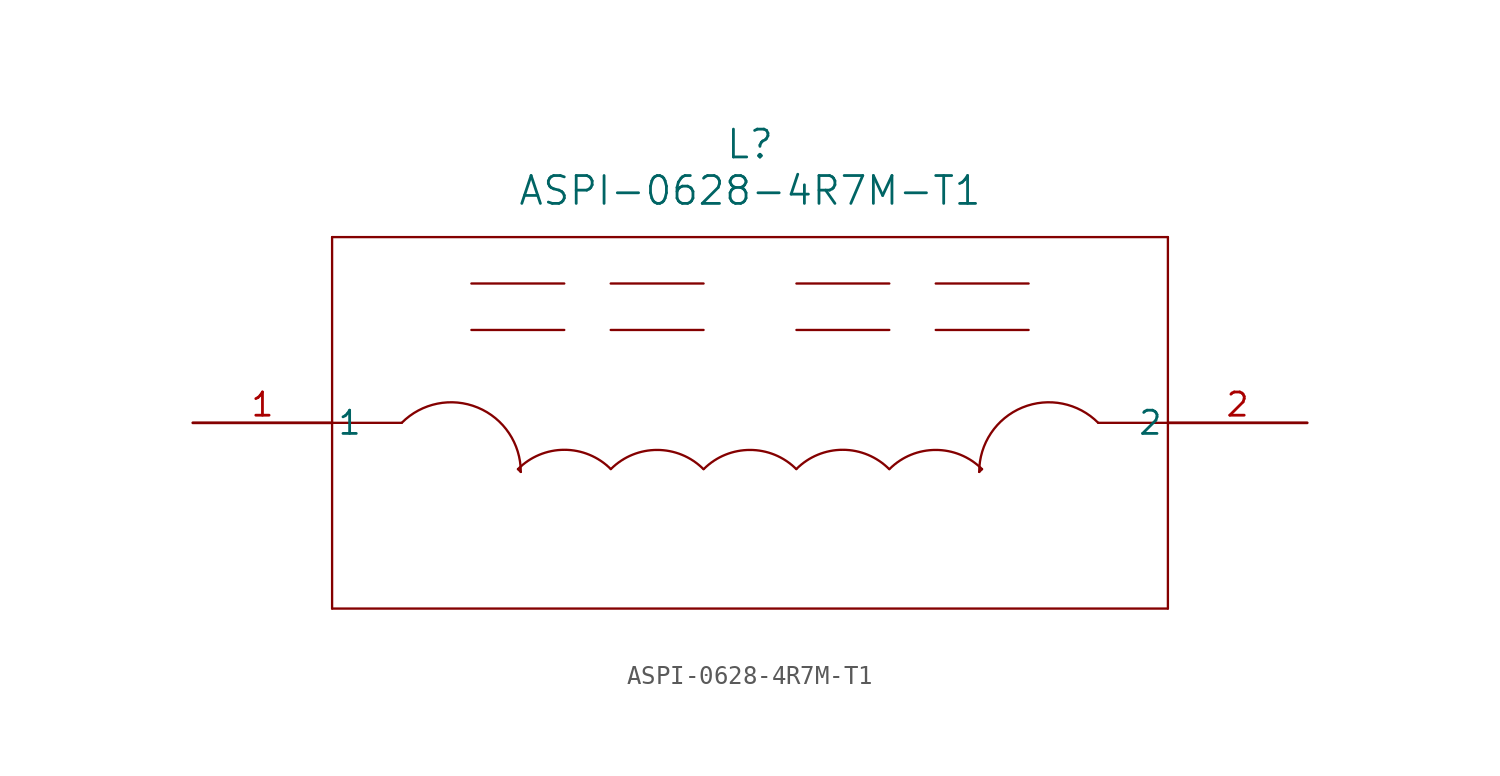
<source format=kicad_sym>
(kicad_symbol_lib
  (version 20211014)
  (generator kicad_symbol_editor)
  (symbol "ASPI-0628-4R7M-T1"
    (pin_names
      (offset 0.254))
    (property "Reference" "L"
      (at 30.48 15.24 0)
      (effects (font (size 1.524 1.524))))
    (property "Value" "ASPI-0628-4R7M-T1"
      (at 30.48 12.7 0)
      (effects (font (size 1.524 1.524))))
    (symbol "ASPI-0628-4R7M-T1_0_1"
      (polyline (pts (xy 7.62 10.16) (xy 7.62 -10.16)) (stroke (width 0.127) (type default) (color 0 0 0 0)) (fill (type none)))
      (polyline (pts (xy 7.62 -10.16) (xy 53.34 -10.16)) (stroke (width 0.127) (type default) (color 0 0 0 0)) (fill (type none)))
      (polyline (pts (xy 53.34 -10.16) (xy 53.34 10.16)) (stroke (width 0.127) (type default) (color 0 0 0 0)) (fill (type none)))
      (polyline (pts (xy 53.34 10.16) (xy 7.62 10.16)) (stroke (width 0.127) (type default) (color 0 0 0 0)) (fill (type none)))
      (arc (start 33.012432 -2.532432) (mid 30.48 3.5814) (end 27.947568 -2.532432) (stroke (width 0.127) (type default) (color 0 0 0 0)) (fill (type none)))
      (arc (start 38.092432 -2.532432) (mid 35.565335 3.581396) (end 33.020035 -2.524877) (stroke (width 0.127) (type default) (color 0 0 0 0)) (fill (type none)))
      (arc (start 43.172432 -2.532432) (mid 40.64 3.5814) (end 38.107568 -2.532432) (stroke (width 0.127) (type default) (color 0 0 0 0)) (fill (type none)))
      (arc (start 27.932432 -2.532432) (mid 25.4 3.5814) (end 22.867568 -2.532432) (stroke (width 0.127) (type default) (color 0 0 0 0)) (fill (type none)))
      (arc (start 22.859965 -2.524877) (mid 20.314665 3.581396) (end 17.787568 -2.532432) (stroke (width 0.127) (type default) (color 0 0 0 0)) (fill (type none)))
      (arc (start 17.942091 -2.686039) (mid 16.69278 3.522149) (end 11.43 1E-06) (stroke (width 0.127) (type default) (color 0 0 0 0)) (fill (type none)))
      (polyline (pts (xy 43.172 -2.532) (xy 43.018 -2.686)) (stroke (width 0.127) (type default) (color 0 0 0 0)) (fill (type none)))
      (arc (start 49.53 0) (mid 44.267221 3.522149) (end 43.017909 -2.686038) (stroke (width 0.127) (type default) (color 0 0 0 0)) (fill (type none)))
      (polyline (pts (xy 17.788 -2.532) (xy 17.942 -2.686)) (stroke (width 0.127) (type default) (color 0 0 0 0)) (fill (type none)))
      (polyline (pts (xy 7.62 0) (xy 11.43 0)) (stroke (width 0.127) (type default) (color 0 0 0 0)) (fill (type none)))
      (polyline (pts (xy 49.53 0) (xy 53.34 0)) (stroke (width 0.127) (type default) (color 0 0 0 0)) (fill (type none)))
      (polyline (pts (xy 15.24 5.08) (xy 20.32 5.08)) (stroke (width 0.127) (type default) (color 0 0 0 0)) (fill (type none)))
      (polyline (pts (xy 45.72 5.08) (xy 40.64 5.08)) (stroke (width 0.127) (type default) (color 0 0 0 0)) (fill (type none)))
      (polyline (pts (xy 38.1 5.08) (xy 33.02 5.08)) (stroke (width 0.127) (type default) (color 0 0 0 0)) (fill (type none)))
      (polyline (pts (xy 22.86 5.08) (xy 27.94 5.08)) (stroke (width 0.127) (type default) (color 0 0 0 0)) (fill (type none)))
      (polyline (pts (xy 15.24 7.62) (xy 20.32 7.62)) (stroke (width 0.127) (type default) (color 0 0 0 0)) (fill (type none)))
      (polyline (pts (xy 22.86 7.62) (xy 27.94 7.62)) (stroke (width 0.127) (type default) (color 0 0 0 0)) (fill (type none)))
      (polyline (pts (xy 33.02 7.62) (xy 38.1 7.62)) (stroke (width 0.127) (type default) (color 0 0 0 0)) (fill (type none)))
      (polyline (pts (xy 40.64 7.62) (xy 45.72 7.62)) (stroke (width 0.127) (type default) (color 0 0 0 0)) (fill (type none)))
      (pin unspecified line (at 0 0 0) (length 7.62) (name "1" (effects (font (size 1.27 1.27)))) (number "1" (effects (font (size 1.27 1.27)))))
      (pin unspecified line (at 60.96 0 180) (length 7.62) (name "2" (effects (font (size 1.27 1.27)))) (number "2" (effects (font (size 1.27 1.27))))))))
</source>
